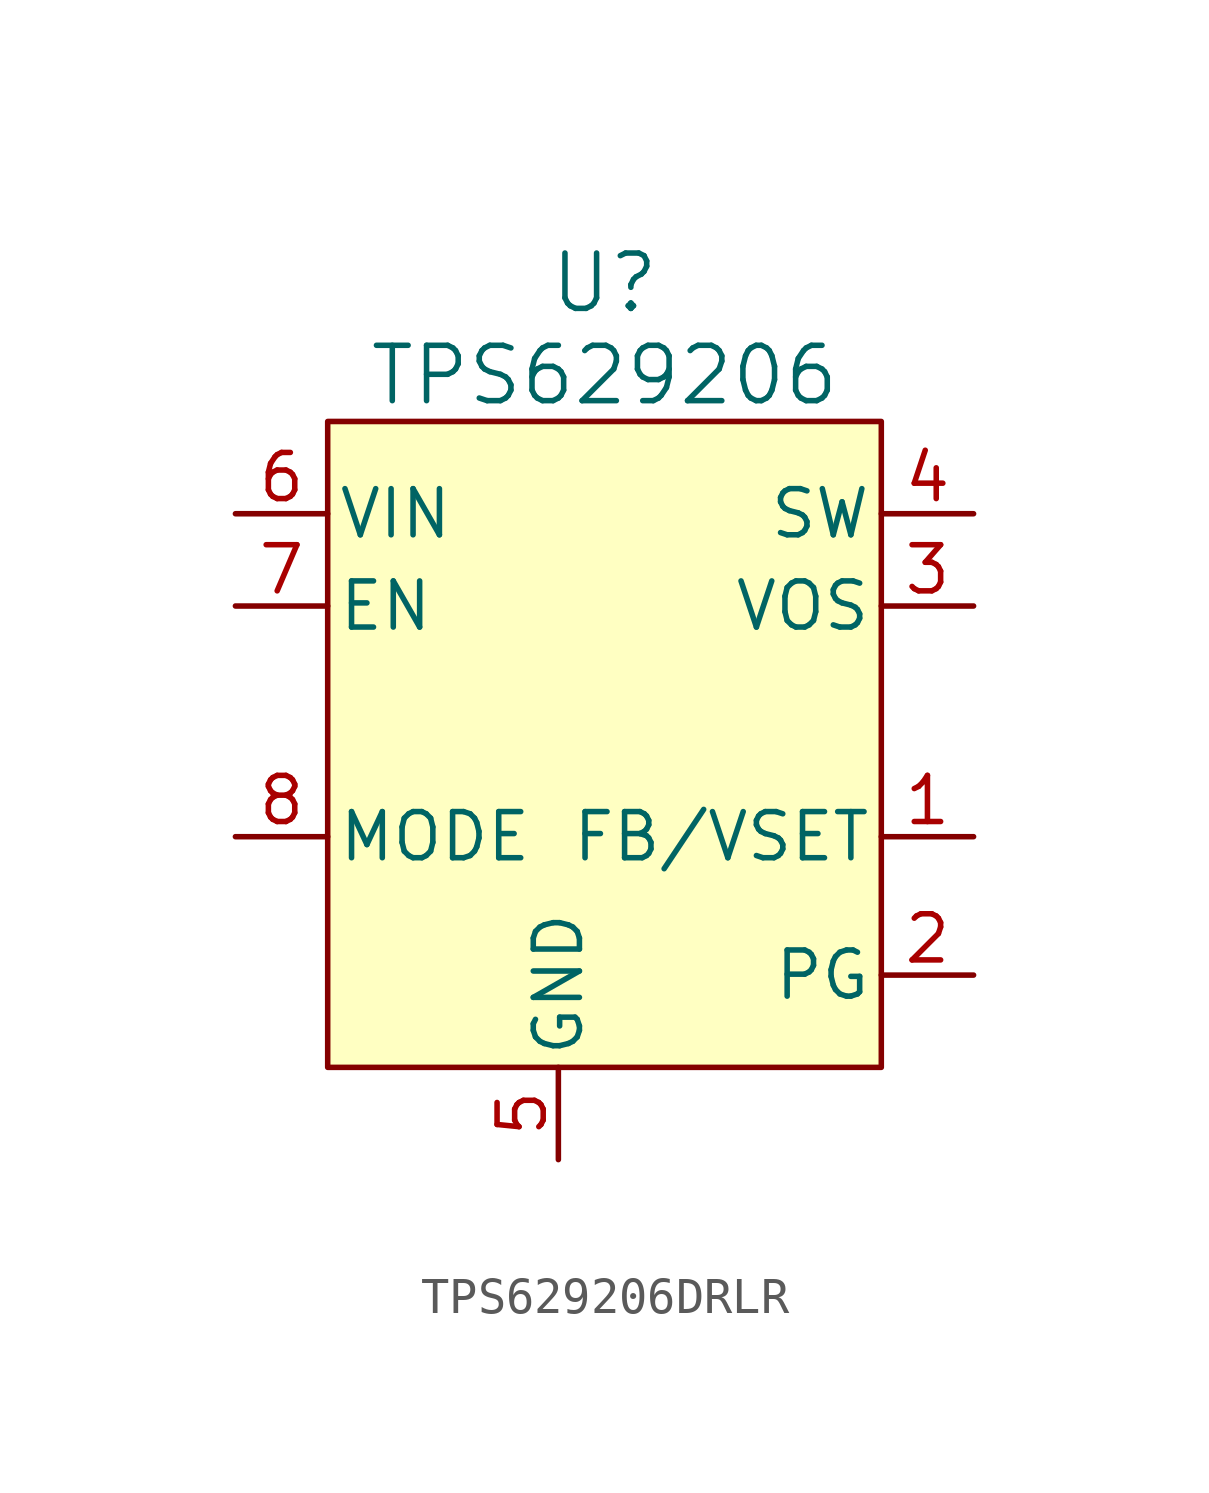
<source format=kicad_sym>
(kicad_symbol_lib
  (version 20241209)
  (generator "kicad_symbol_editor")
  (generator_version "9.0")
  (symbol "TPS629206DRLR"
    (pin_names
      (offset 0.254))
    (property "Reference" "U"
      (at 15.24 8.89 0)
      (effects (font (size 1.524 1.524))))
    (property "Value" "TPS629206"
      (at 15.24 6.35 0)
      (effects (font (size 1.524 1.524))))
    (property "ki_locked" ""
      (at 0 0 0)
      (effects (font (size 1.27 1.27))))
    (symbol "TPS629206DRLR_0_1"
      (pin input line (at 5.08 2.54 0) (length 2.54) (name "VIN" (effects (font (size 1.27 1.27)))) (number "6" (effects (font (size 1.27 1.27)))))
      (pin input line (at 5.08 0 0) (length 2.54) (name "EN" (effects (font (size 1.27 1.27)))) (number "7" (effects (font (size 1.27 1.27)))))
      (pin unspecified line (at 25.4 2.54 180) (length 2.54) (name "SW" (effects (font (size 1.27 1.27)))) (number "4" (effects (font (size 1.27 1.27)))))
      (pin input line (at 25.4 0 180) (length 2.54) (name "VOS" (effects (font (size 1.27 1.27)))) (number "3" (effects (font (size 1.27 1.27)))))
      (pin input line (at 25.4 -6.35 180) (length 2.54) (name "FB/VSET" (effects (font (size 1.27 1.27)))) (number "1" (effects (font (size 1.27 1.27)))))
      (pin output line (at 25.4 -10.16 180) (length 2.54) (name "PG" (effects (font (size 1.27 1.27)))) (number "2" (effects (font (size 1.27 1.27))))))
    (symbol "TPS629206DRLR_1_1"
      (rectangle (start 7.62 5.08) (end 22.86 -12.7) (stroke (width 0) (type default)) (fill (type background)))
      (pin input line (at 5.08 -6.35 0) (length 2.54) (name "MODE" (effects (font (size 1.27 1.27)))) (number "8" (effects (font (size 1.27 1.27)))))
      (pin power_out line (at 13.97 -15.24 90) (length 2.54) (name "GND" (effects (font (size 1.27 1.27)))) (number "5" (effects (font (size 1.27 1.27))))))))
</source>
